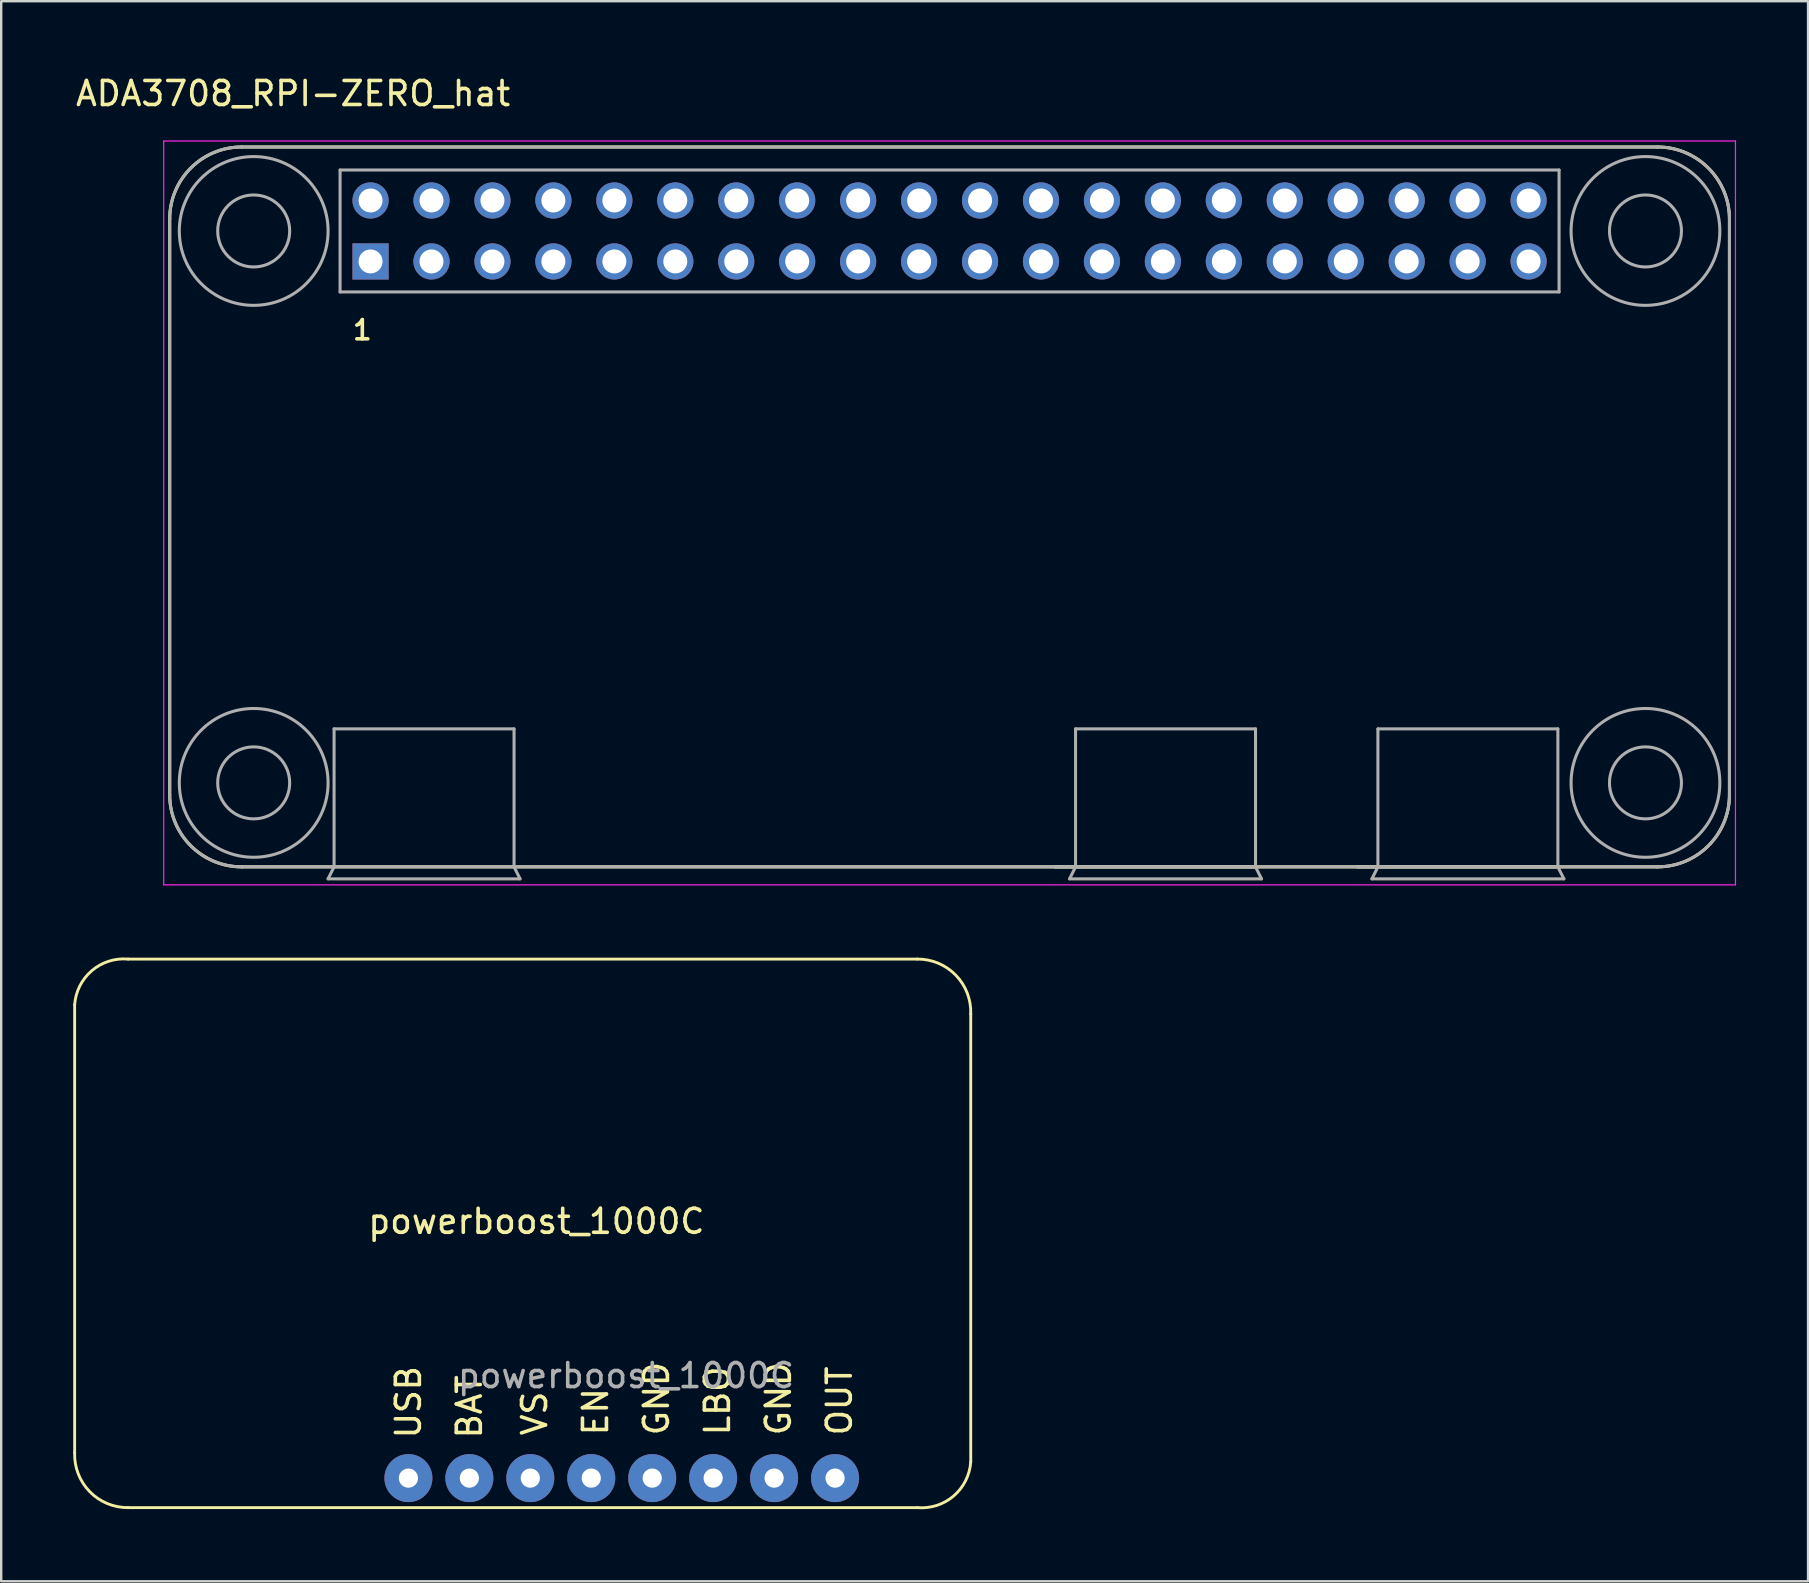
<source format=kicad_pcb>
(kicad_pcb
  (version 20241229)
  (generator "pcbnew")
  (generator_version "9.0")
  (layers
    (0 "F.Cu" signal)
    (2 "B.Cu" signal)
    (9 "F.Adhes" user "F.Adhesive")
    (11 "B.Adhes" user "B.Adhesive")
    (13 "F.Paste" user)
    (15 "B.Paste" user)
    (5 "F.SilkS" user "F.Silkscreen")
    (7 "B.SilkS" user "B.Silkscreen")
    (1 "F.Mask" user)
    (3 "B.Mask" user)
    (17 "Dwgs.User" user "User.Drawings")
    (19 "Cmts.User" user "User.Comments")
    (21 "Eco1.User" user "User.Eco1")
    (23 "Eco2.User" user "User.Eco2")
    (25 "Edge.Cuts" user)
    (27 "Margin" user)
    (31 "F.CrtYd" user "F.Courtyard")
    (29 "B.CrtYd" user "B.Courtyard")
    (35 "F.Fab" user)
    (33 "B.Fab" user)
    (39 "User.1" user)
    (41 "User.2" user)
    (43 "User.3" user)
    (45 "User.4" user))
  (footprint "powerboost_1000C"
    (layer "F.Cu")
    (at 22.86 48.348)
    (property "Reference" "powerboost_1000C" (at -3.556 -0.5 0) (unlocked yes) (layer "F.SilkS") (effects (font (size 1 1) (thickness 0.15))))
    (attr through_hole)
    (fp_line (start -22.799 -9.525) (end -22.799 9.144) (stroke (width 0.12) (type solid)) (layer "F.SilkS"))
    (fp_line (start -20.574 -11.43) (end 12.319 -11.43) (stroke (width 0.12) (type solid)) (layer "F.SilkS"))
    (fp_line (start -20.574 11.43) (end 12.319 11.43) (stroke (width 0.12) (type solid)) (layer "F.SilkS"))
    (fp_line (start 14.544 9.525) (end 14.544 -9.144) (stroke (width 0.12) (type solid)) (layer "F.SilkS"))
    (fp_arc (start -22.799 -9.525) (mid -22.086252 -10.944402) (end -20.574 -11.43) (stroke (width 0.12) (type solid)) (layer "F.SilkS"))
    (fp_arc (start -20.574 11.43) (mid -22.173776 10.761273) (end -22.799 9.144) (stroke (width 0.12) (type solid)) (layer "F.SilkS"))
    (fp_arc (start 12.319 -11.43) (mid 13.918776 -10.761273) (end 14.544 -9.144) (stroke (width 0.12) (type solid)) (layer "F.SilkS"))
    (fp_arc (start 14.544 9.525) (mid 13.831252 10.944402) (end 12.319 11.43) (stroke (width 0.12) (type solid)) (layer "F.SilkS"))
    (fp_text user "USB" (at -8.89 8.636 90) (unlocked yes) (layer "F.SilkS") (effects (font (size 1 1) (thickness 0.15)) (justify left)))
    (fp_text user "EN" (at -1.092 8.509 90) (unlocked yes) (layer "F.SilkS") (effects (font (size 1 1) (thickness 0.15)) (justify left)))
    (fp_text user "LBO" (at 3.988 8.509 90) (unlocked yes) (layer "F.SilkS") (effects (font (size 1 1) (thickness 0.15)) (justify left)))
    (fp_text user "VS" (at -3.632 8.509 90) (unlocked yes) (layer "F.SilkS") (effects (font (size 1 1) (thickness 0.15)) (justify left)))
    (fp_text user "GND" (at 1.448 8.509 90) (unlocked yes) (layer "F.SilkS") (effects (font (size 1 1) (thickness 0.15)) (justify left)))
    (fp_text user "OUT" (at 9.068 8.509 90) (unlocked yes) (layer "F.SilkS") (effects (font (size 1 1) (thickness 0.15)) (justify left)))
    (fp_text user "GND" (at 6.528 8.509 90) (unlocked yes) (layer "F.SilkS") (effects (font (size 1 1) (thickness 0.15)) (justify left)))
    (fp_text user "BAT" (at -6.35 8.636 90) (unlocked yes) (layer "F.SilkS") (effects (font (size 1 1) (thickness 0.15)) (justify left)))
    (fp_text user "${REFERENCE}" (at 0.178 5.929 0) (unlocked yes) (layer "F.Fab") (effects (font (size 1 1) (thickness 0.15))))
    (pad "1" thru_hole circle (at -8.89 10.2) (size 2 2) (drill 0.8) (layers "*.Cu" "*.Mask"))
    (pad "2" thru_hole circle (at -6.35 10.2) (size 2 2) (drill 0.8) (layers "*.Cu" "*.Mask"))
    (pad "3" thru_hole circle (at -3.81 10.2) (size 2 2) (drill 0.8) (layers "*.Cu" "*.Mask"))
    (pad "4" thru_hole circle (at -1.27 10.2) (size 2 2) (drill 0.8) (layers "*.Cu" "*.Mask"))
    (pad "5" thru_hole circle (at 1.27 10.2) (size 2 2) (drill 0.8) (layers "*.Cu" "*.Mask"))
    (pad "6" thru_hole circle (at 3.81 10.2) (size 2 2) (drill 0.8) (layers "*.Cu" "*.Mask"))
    (pad "7" thru_hole circle (at 6.35 10.2) (size 2 2) (drill 0.8) (layers "*.Cu" "*.Mask"))
    (pad "8" thru_hole circle (at 8.89 10.2) (size 2 2) (drill 0.8) (layers "*.Cu" "*.Mask")))
  (footprint "ADA3708_RPI-ZERO_hat"
    (layer "F.Cu")
    (at 36.522 6.575)
    (property "Reference" "ADA3708_RPI-ZERO_hat" (at -27.357 -5.726 0) (layer "F.SilkS") (effects (font (size 1.002 1.002) (thickness 0.15))))
    (attr through_hole)
    (fp_line (start -32.5 -0.5) (end -32.5 23.5) (stroke (width 0.127) (type solid)) (layer "F.SilkS"))
    (fp_line (start -29.5 26.5) (end 29.5 26.5) (stroke (width 0.127) (type solid)) (layer "F.SilkS"))
    (fp_line (start 4.4 26.5) (end 12.75 26.5) (stroke (width 0.127) (type solid)) (layer "F.SilkS"))
    (fp_line (start 17 26.5) (end 25.35 26.5) (stroke (width 0.127) (type solid)) (layer "F.SilkS"))
    (fp_line (start 29.5 -3.5) (end -29.5 -3.5) (stroke (width 0.127) (type solid)) (layer "F.SilkS"))
    (fp_line (start 32.5 23.5) (end 32.5 -0.5) (stroke (width 0.127) (type solid)) (layer "F.SilkS"))
    (fp_arc (start -32.5 -0.5) (mid -31.62132 -2.62132) (end -29.5 -3.5) (stroke (width 0.127) (type solid)) (layer "F.SilkS"))
    (fp_arc (start -29.5 26.5) (mid -31.62132 25.62132) (end -32.5 23.5) (stroke (width 0.127) (type solid)) (layer "F.SilkS"))
    (fp_arc (start 29.5 -3.5) (mid 31.62132 -2.62132) (end 32.5 -0.5) (stroke (width 0.127) (type solid)) (layer "F.SilkS"))
    (fp_arc (start 32.5 23.5) (mid 31.62132 25.62132) (end 29.5 26.5) (stroke (width 0.127) (type solid)) (layer "F.SilkS"))
    (fp_line (start -32.75 -3.75) (end 32.75 -3.75) (stroke (width 0.05) (type solid)) (layer "F.CrtYd"))
    (fp_line (start -32.75 27.25) (end -32.75 -3.75) (stroke (width 0.05) (type solid)) (layer "F.CrtYd"))
    (fp_line (start 32.75 -3.75) (end 32.75 27.25) (stroke (width 0.05) (type solid)) (layer "F.CrtYd"))
    (fp_line (start 32.75 27.25) (end -32.75 27.25) (stroke (width 0.05) (type solid)) (layer "F.CrtYd"))
    (fp_line (start -32.5 -0.5) (end -32.5 23.5) (stroke (width 0.127) (type solid)) (layer "F.Fab"))
    (fp_line (start -29.5 26.5) (end -25.65 26.5) (stroke (width 0.127) (type solid)) (layer "F.Fab"))
    (fp_line (start -25.9 27) (end -17.9 27) (stroke (width 0.127) (type solid)) (layer "F.Fab"))
    (fp_line (start -25.65 20.75) (end -18.15 20.75) (stroke (width 0.127) (type solid)) (layer "F.Fab"))
    (fp_line (start -25.65 26.5) (end -25.9 27) (stroke (width 0.127) (type solid)) (layer "F.Fab"))
    (fp_line (start -25.65 26.5) (end -25.65 20.75) (stroke (width 0.127) (type solid)) (layer "F.Fab"))
    (fp_line (start -25.65 26.5) (end -18.15 26.5) (stroke (width 0.127) (type solid)) (layer "F.Fab"))
    (fp_line (start -25.4 -2.54) (end -25.4 2.54) (stroke (width 0.127) (type solid)) (layer "F.Fab"))
    (fp_line (start -25.4 2.54) (end 25.4 2.54) (stroke (width 0.127) (type solid)) (layer "F.Fab"))
    (fp_line (start -18.15 20.75) (end -18.15 26.5) (stroke (width 0.127) (type solid)) (layer "F.Fab"))
    (fp_line (start -18.15 26.5) (end 29.5 26.5) (stroke (width 0.127) (type solid)) (layer "F.Fab"))
    (fp_line (start -17.9 27) (end -18.15 26.5) (stroke (width 0.127) (type solid)) (layer "F.Fab"))
    (fp_line (start 4.4 26.5) (end 5.25 26.5) (stroke (width 0.127) (type solid)) (layer "F.Fab"))
    (fp_line (start 5 27) (end 13 27) (stroke (width 0.127) (type solid)) (layer "F.Fab"))
    (fp_line (start 5.25 20.75) (end 12.75 20.75) (stroke (width 0.127) (type solid)) (layer "F.Fab"))
    (fp_line (start 5.25 26.5) (end 5 27) (stroke (width 0.127) (type solid)) (layer "F.Fab"))
    (fp_line (start 5.25 26.5) (end 5.25 20.75) (stroke (width 0.127) (type solid)) (layer "F.Fab"))
    (fp_line (start 5.25 26.5) (end 12.75 26.5) (stroke (width 0.127) (type solid)) (layer "F.Fab"))
    (fp_line (start 12.75 20.75) (end 12.75 26.5) (stroke (width 0.127) (type solid)) (layer "F.Fab"))
    (fp_line (start 13 27) (end 12.75 26.5) (stroke (width 0.127) (type solid)) (layer "F.Fab"))
    (fp_line (start 17 26.5) (end 17.85 26.5) (stroke (width 0.127) (type solid)) (layer "F.Fab"))
    (fp_line (start 17.6 27) (end 25.6 27) (stroke (width 0.127) (type solid)) (layer "F.Fab"))
    (fp_line (start 17.85 20.75) (end 25.35 20.75) (stroke (width 0.127) (type solid)) (layer "F.Fab"))
    (fp_line (start 17.85 26.5) (end 17.6 27) (stroke (width 0.127) (type solid)) (layer "F.Fab"))
    (fp_line (start 17.85 26.5) (end 17.85 20.75) (stroke (width 0.127) (type solid)) (layer "F.Fab"))
    (fp_line (start 17.85 26.5) (end 25.35 26.5) (stroke (width 0.127) (type solid)) (layer "F.Fab"))
    (fp_line (start 25.35 20.75) (end 25.35 26.5) (stroke (width 0.127) (type solid)) (layer "F.Fab"))
    (fp_line (start 25.4 -2.54) (end -25.4 -2.54) (stroke (width 0.127) (type solid)) (layer "F.Fab"))
    (fp_line (start 25.4 2.54) (end 25.4 -2.54) (stroke (width 0.127) (type solid)) (layer "F.Fab"))
    (fp_line (start 25.6 27) (end 25.35 26.5) (stroke (width 0.127) (type solid)) (layer "F.Fab"))
    (fp_line (start 29.5 -3.5) (end -29.5 -3.5) (stroke (width 0.127) (type solid)) (layer "F.Fab"))
    (fp_line (start 32.5 23.5) (end 32.5 -0.5) (stroke (width 0.127) (type solid)) (layer "F.Fab"))
    (fp_arc (start -32.5 -0.5) (mid -31.62132 -2.62132) (end -29.5 -3.5) (stroke (width 0.127) (type solid)) (layer "F.Fab"))
    (fp_arc (start -29.5 26.5) (mid -31.62132 25.62132) (end -32.5 23.5) (stroke (width 0.127) (type solid)) (layer "F.Fab"))
    (fp_arc (start 29.5 -3.5) (mid 31.62132 -2.62132) (end 32.5 -0.5) (stroke (width 0.127) (type solid)) (layer "F.Fab"))
    (fp_arc (start 32.5 23.5) (mid 31.62132 25.62132) (end 29.5 26.5) (stroke (width 0.127) (type solid)) (layer "F.Fab"))
    (fp_circle (center -29 0) (end -27.5 0) (stroke (width 0.127) (type solid)) (fill no) (layer "F.Fab"))
    (fp_circle (center -29 0) (end -25.9 0) (stroke (width 0.127) (type solid)) (fill no) (layer "F.Fab"))
    (fp_circle (center -29 23) (end -27.5 23) (stroke (width 0.127) (type solid)) (fill no) (layer "F.Fab"))
    (fp_circle (center -29 23) (end -25.9 23) (stroke (width 0.127) (type solid)) (fill no) (layer "F.Fab"))
    (fp_circle (center 29 0) (end 30.5 0) (stroke (width 0.127) (type solid)) (fill no) (layer "F.Fab"))
    (fp_circle (center 29 0) (end 32.1 0) (stroke (width 0.127) (type solid)) (fill no) (layer "F.Fab"))
    (fp_circle (center 29 23) (end 30.5 23) (stroke (width 0.127) (type solid)) (fill no) (layer "F.Fab"))
    (fp_circle (center 29 23) (end 32.1 23) (stroke (width 0.127) (type solid)) (fill no) (layer "F.Fab"))
    (fp_text user "1" (at -24.473 4.132 0) (layer "F.SilkS") (effects (font (size 0.801 0.801) (thickness 0.15))))
    (pad "1" thru_hole rect (at -24.13 1.27) (size 1.508 1.508) (drill 1) (layers "*.Cu" "*.Mask"))
    (pad "2" thru_hole circle (at -24.13 -1.27) (size 1.508 1.508) (drill 1) (layers "*.Cu" "*.Mask"))
    (pad "3" thru_hole circle (at -21.59 1.27) (size 1.508 1.508) (drill 1) (layers "*.Cu" "*.Mask"))
    (pad "4" thru_hole circle (at -21.59 -1.27) (size 1.508 1.508) (drill 1) (layers "*.Cu" "*.Mask"))
    (pad "5" thru_hole circle (at -19.05 1.27) (size 1.508 1.508) (drill 1) (layers "*.Cu" "*.Mask"))
    (pad "6" thru_hole circle (at -19.05 -1.27) (size 1.508 1.508) (drill 1) (layers "*.Cu" "*.Mask"))
    (pad "7" thru_hole circle (at -16.51 1.27) (size 1.508 1.508) (drill 1) (layers "*.Cu" "*.Mask"))
    (pad "8" thru_hole circle (at -16.51 -1.27) (size 1.508 1.508) (drill 1) (layers "*.Cu" "*.Mask"))
    (pad "9" thru_hole circle (at -13.97 1.27) (size 1.508 1.508) (drill 1) (layers "*.Cu" "*.Mask"))
    (pad "10" thru_hole circle (at -13.97 -1.27) (size 1.508 1.508) (drill 1) (layers "*.Cu" "*.Mask"))
    (pad "11" thru_hole circle (at -11.43 1.27) (size 1.508 1.508) (drill 1) (layers "*.Cu" "*.Mask"))
    (pad "12" thru_hole circle (at -11.43 -1.27) (size 1.508 1.508) (drill 1) (layers "*.Cu" "*.Mask"))
    (pad "13" thru_hole circle (at -8.89 1.27) (size 1.508 1.508) (drill 1) (layers "*.Cu" "*.Mask"))
    (pad "14" thru_hole circle (at -8.89 -1.27) (size 1.508 1.508) (drill 1) (layers "*.Cu" "*.Mask"))
    (pad "15" thru_hole circle (at -6.35 1.27) (size 1.508 1.508) (drill 1) (layers "*.Cu" "*.Mask"))
    (pad "16" thru_hole circle (at -6.35 -1.27) (size 1.508 1.508) (drill 1) (layers "*.Cu" "*.Mask"))
    (pad "17" thru_hole circle (at -3.81 1.27) (size 1.508 1.508) (drill 1) (layers "*.Cu" "*.Mask"))
    (pad "18" thru_hole circle (at -3.81 -1.27) (size 1.508 1.508) (drill 1) (layers "*.Cu" "*.Mask"))
    (pad "19" thru_hole circle (at -1.27 1.27) (size 1.508 1.508) (drill 1) (layers "*.Cu" "*.Mask"))
    (pad "20" thru_hole circle (at -1.27 -1.27) (size 1.508 1.508) (drill 1) (layers "*.Cu" "*.Mask"))
    (pad "21" thru_hole circle (at 1.27 1.27) (size 1.508 1.508) (drill 1) (layers "*.Cu" "*.Mask"))
    (pad "22" thru_hole circle (at 1.27 -1.27) (size 1.508 1.508) (drill 1) (layers "*.Cu" "*.Mask"))
    (pad "23" thru_hole circle (at 3.81 1.27) (size 1.508 1.508) (drill 1) (layers "*.Cu" "*.Mask"))
    (pad "24" thru_hole circle (at 3.81 -1.27) (size 1.508 1.508) (drill 1) (layers "*.Cu" "*.Mask"))
    (pad "25" thru_hole circle (at 6.35 1.27) (size 1.508 1.508) (drill 1) (layers "*.Cu" "*.Mask"))
    (pad "26" thru_hole circle (at 6.35 -1.27) (size 1.508 1.508) (drill 1) (layers "*.Cu" "*.Mask"))
    (pad "27" thru_hole circle (at 8.89 1.27) (size 1.508 1.508) (drill 1) (layers "*.Cu" "*.Mask"))
    (pad "28" thru_hole circle (at 8.89 -1.27) (size 1.508 1.508) (drill 1) (layers "*.Cu" "*.Mask"))
    (pad "29" thru_hole circle (at 11.43 1.27) (size 1.508 1.508) (drill 1) (layers "*.Cu" "*.Mask"))
    (pad "30" thru_hole circle (at 11.43 -1.27) (size 1.508 1.508) (drill 1) (layers "*.Cu" "*.Mask"))
    (pad "31" thru_hole circle (at 13.97 1.27) (size 1.508 1.508) (drill 1) (layers "*.Cu" "*.Mask"))
    (pad "32" thru_hole circle (at 13.97 -1.27) (size 1.508 1.508) (drill 1) (layers "*.Cu" "*.Mask"))
    (pad "33" thru_hole circle (at 16.51 1.27) (size 1.508 1.508) (drill 1) (layers "*.Cu" "*.Mask"))
    (pad "34" thru_hole circle (at 16.51 -1.27) (size 1.508 1.508) (drill 1) (layers "*.Cu" "*.Mask"))
    (pad "35" thru_hole circle (at 19.05 1.27) (size 1.508 1.508) (drill 1) (layers "*.Cu" "*.Mask"))
    (pad "36" thru_hole circle (at 19.05 -1.27) (size 1.508 1.508) (drill 1) (layers "*.Cu" "*.Mask"))
    (pad "37" thru_hole circle (at 21.59 1.27) (size 1.508 1.508) (drill 1) (layers "*.Cu" "*.Mask"))
    (pad "38" thru_hole circle (at 21.59 -1.27) (size 1.508 1.508) (drill 1) (layers "*.Cu" "*.Mask"))
    (pad "39" thru_hole circle (at 24.13 1.27) (size 1.508 1.508) (drill 1) (layers "*.Cu" "*.Mask"))
    (pad "40" thru_hole circle (at 24.13 -1.27) (size 1.508 1.508) (drill 1) (layers "*.Cu" "*.Mask")))
  (gr_rect
    (start -3 -3)
    (end 72.297 62.846)
    (stroke (width 0.1) (type default))
    (fill no)
    (layer "Edge.Cuts")))
</source>
